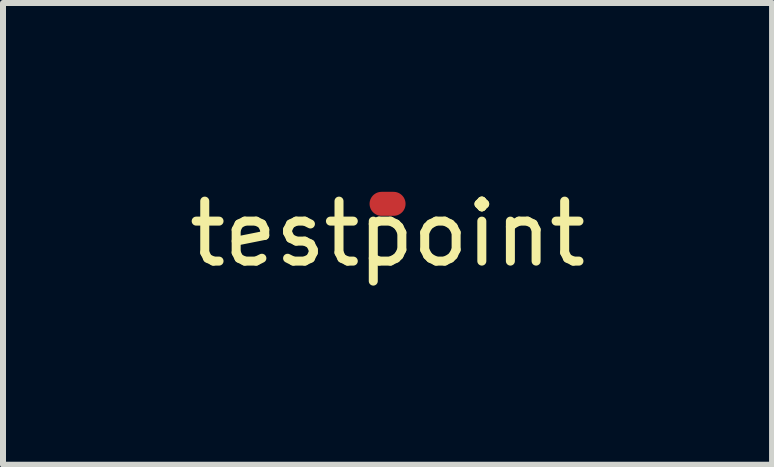
<source format=kicad_pcb>
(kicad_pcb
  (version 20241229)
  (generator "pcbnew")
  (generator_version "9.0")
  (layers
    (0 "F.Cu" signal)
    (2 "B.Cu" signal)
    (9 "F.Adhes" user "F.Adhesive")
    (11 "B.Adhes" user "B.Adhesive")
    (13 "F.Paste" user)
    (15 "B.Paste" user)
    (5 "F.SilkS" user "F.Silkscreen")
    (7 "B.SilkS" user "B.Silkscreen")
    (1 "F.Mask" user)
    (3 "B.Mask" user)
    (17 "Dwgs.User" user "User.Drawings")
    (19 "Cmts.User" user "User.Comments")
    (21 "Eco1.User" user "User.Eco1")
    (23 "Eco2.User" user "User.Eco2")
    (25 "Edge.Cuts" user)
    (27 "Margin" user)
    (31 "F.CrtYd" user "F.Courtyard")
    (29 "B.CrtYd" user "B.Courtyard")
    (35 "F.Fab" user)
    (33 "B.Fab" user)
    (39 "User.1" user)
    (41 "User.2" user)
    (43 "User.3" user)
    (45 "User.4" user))
  (footprint "testpoint"
    (layer "F.Cu")
    (at 3.411 0.348)
    (property "Reference" "testpoint" (at 0 0.5 0) (layer "F.SilkS") (effects (font (size 1 1) (thickness 0.15))))
    (attr through_hole)
    (pad "tp" smd oval (at 0 0) (size 0.6 0.4) (layers "F.Cu" "F.Mask" "F.Paste")))
  (gr_rect
    (start -3 -3)
    (end 9.821 4.697)
    (stroke (width 0.1) (type default))
    (fill no)
    (layer "Edge.Cuts")))
</source>
